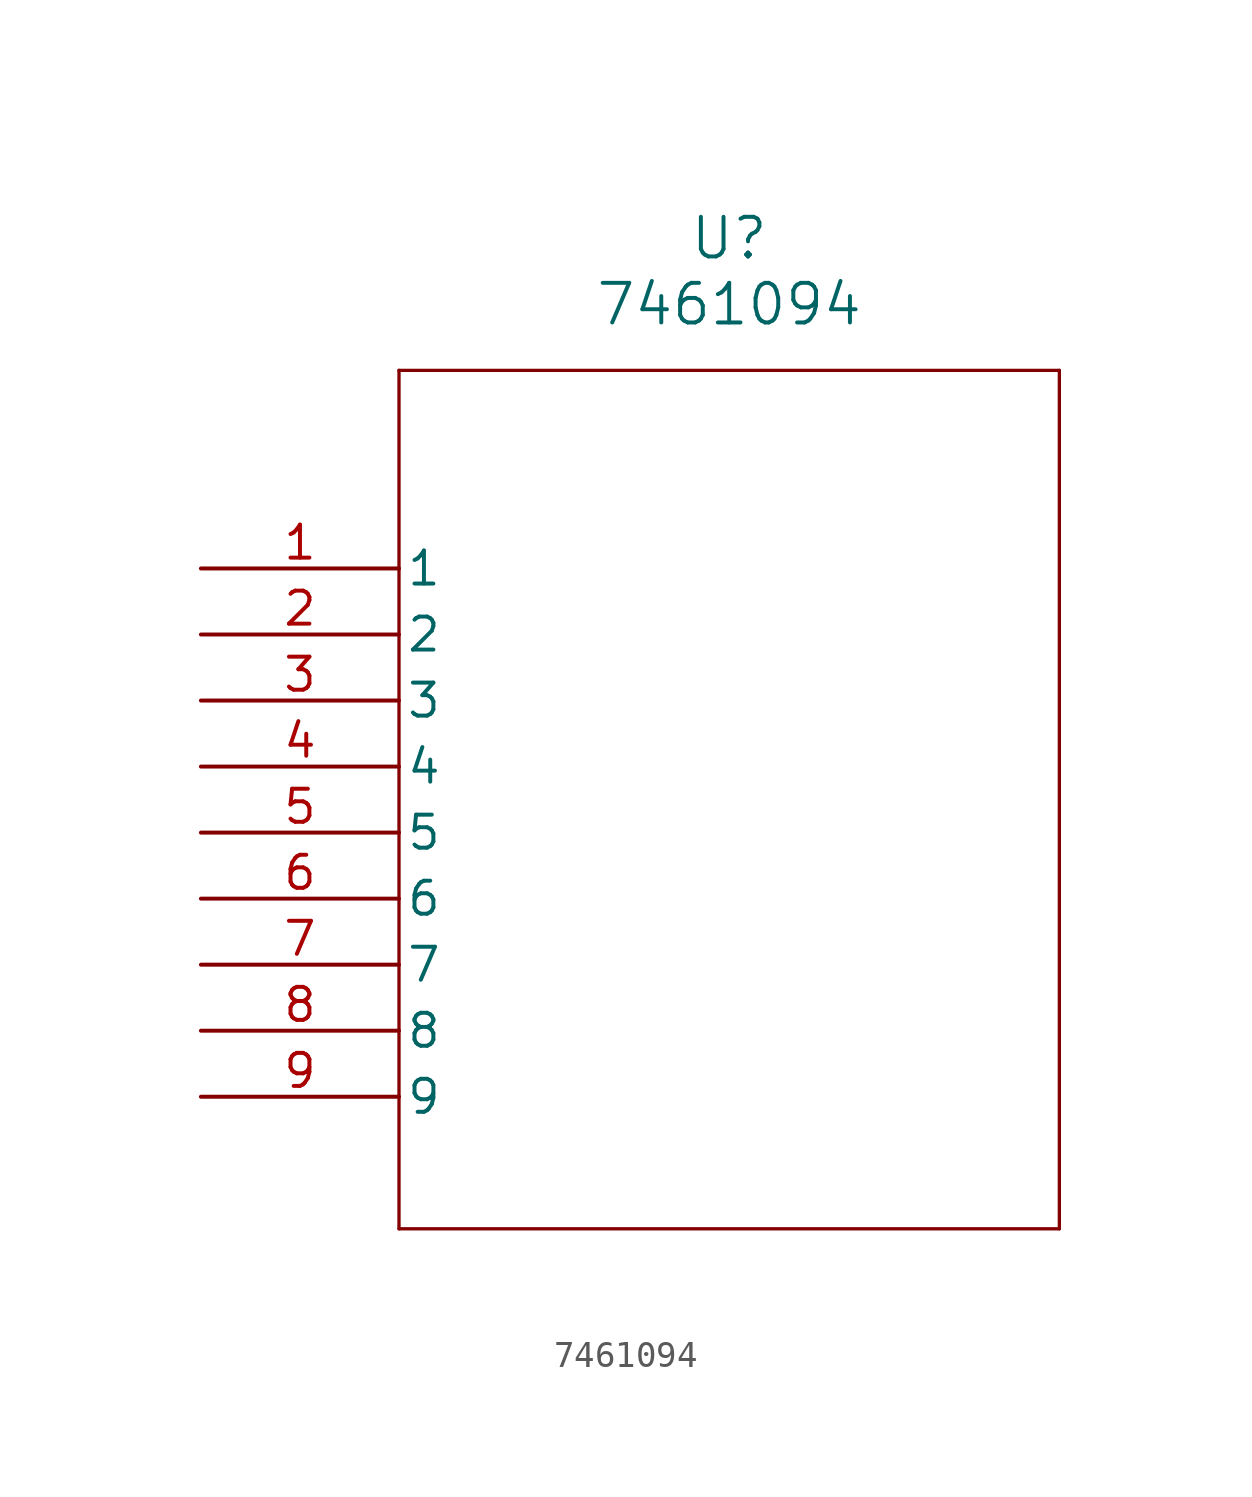
<source format=kicad_sym>
(kicad_symbol_lib
  (version 20211014)
  (generator kicad_symbol_editor)
  (symbol "7461094"
    (pin_names
      (offset 0.254))
    (property "Reference" "U"
      (at 20.32 12.7 0)
      (effects (font (size 1.524 1.524))))
    (property "Value" "7461094"
      (at 20.32 10.16 0)
      (effects (font (size 1.524 1.524))))
    (symbol "7461094_0_1"
      (polyline (pts (xy 7.62 7.62) (xy 7.62 -25.4)) (stroke (width 0.127) (type default) (color 0 0 0 0)) (fill (type none)))
      (polyline (pts (xy 7.62 -25.4) (xy 33.02 -25.4)) (stroke (width 0.127) (type default) (color 0 0 0 0)) (fill (type none)))
      (polyline (pts (xy 33.02 -25.4) (xy 33.02 7.62)) (stroke (width 0.127) (type default) (color 0 0 0 0)) (fill (type none)))
      (polyline (pts (xy 33.02 7.62) (xy 7.62 7.62)) (stroke (width 0.127) (type default) (color 0 0 0 0)) (fill (type none)))
      (pin unspecified line (at 0 0 0) (length 7.62) (name "1" (effects (font (size 1.27 1.27)))) (number "1" (effects (font (size 1.27 1.27)))))
      (pin unspecified line (at 0 -2.54 0) (length 7.62) (name "2" (effects (font (size 1.27 1.27)))) (number "2" (effects (font (size 1.27 1.27)))))
      (pin unspecified line (at 0 -5.08 0) (length 7.62) (name "3" (effects (font (size 1.27 1.27)))) (number "3" (effects (font (size 1.27 1.27)))))
      (pin unspecified line (at 0 -7.62 0) (length 7.62) (name "4" (effects (font (size 1.27 1.27)))) (number "4" (effects (font (size 1.27 1.27)))))
      (pin unspecified line (at 0 -10.16 0) (length 7.62) (name "5" (effects (font (size 1.27 1.27)))) (number "5" (effects (font (size 1.27 1.27)))))
      (pin unspecified line (at 0 -12.7 0) (length 7.62) (name "6" (effects (font (size 1.27 1.27)))) (number "6" (effects (font (size 1.27 1.27)))))
      (pin unspecified line (at 0 -15.24 0) (length 7.62) (name "7" (effects (font (size 1.27 1.27)))) (number "7" (effects (font (size 1.27 1.27)))))
      (pin unspecified line (at 0 -17.78 0) (length 7.62) (name "8" (effects (font (size 1.27 1.27)))) (number "8" (effects (font (size 1.27 1.27)))))
      (pin unspecified line (at 0 -20.32 0) (length 7.62) (name "9" (effects (font (size 1.27 1.27)))) (number "9" (effects (font (size 1.27 1.27))))))))
</source>
